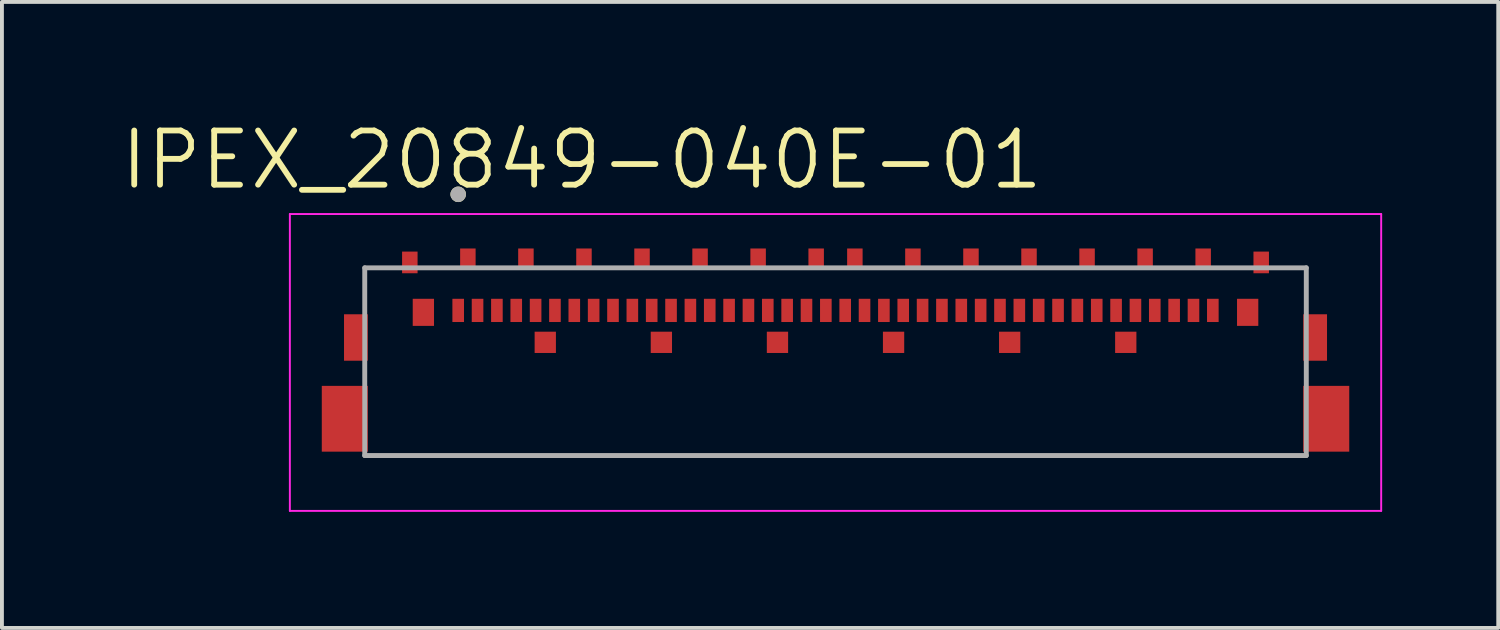
<source format=kicad_pcb>
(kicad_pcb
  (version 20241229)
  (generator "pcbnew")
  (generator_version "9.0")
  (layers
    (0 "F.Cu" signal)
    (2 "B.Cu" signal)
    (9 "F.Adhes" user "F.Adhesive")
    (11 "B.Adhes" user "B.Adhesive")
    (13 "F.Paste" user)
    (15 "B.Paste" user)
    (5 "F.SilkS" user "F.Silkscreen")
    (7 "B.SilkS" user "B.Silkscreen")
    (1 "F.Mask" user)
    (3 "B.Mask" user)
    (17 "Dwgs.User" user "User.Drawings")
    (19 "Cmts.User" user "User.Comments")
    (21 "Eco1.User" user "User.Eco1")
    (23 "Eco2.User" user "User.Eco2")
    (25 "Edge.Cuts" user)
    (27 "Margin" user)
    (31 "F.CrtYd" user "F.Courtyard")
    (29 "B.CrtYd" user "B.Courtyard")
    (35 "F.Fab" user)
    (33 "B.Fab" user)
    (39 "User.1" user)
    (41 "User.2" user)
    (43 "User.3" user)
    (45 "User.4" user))
  (footprint "IPEX_20849-040E-01"
    (layer "F.Cu")
    (at 18.54 4.971)
    (property "Reference" "IPEX_20849-040E-01" (at -6.555 -3.889 0) (layer "F.SilkS") (effects (font (size 1.4 1.4) (thickness 0.15))))
    (attr through_hole)
    (fp_circle (center -9.75 -3) (end -9.65 -3) (stroke (width 0.2) (type solid)) (fill no) (layer "F.SilkS"))
    (fp_poly (pts (xy -12.7 0.18) (xy -12.085 0.18) (xy -12.085 1.23) (xy -12.7 1.23)) (stroke (width 0.01) (type solid)) (fill yes) (layer "F.Paste"))
    (fp_poly (pts (xy -12.7 2.15) (xy -12.085 2.15) (xy -12.085 3.65) (xy -12.7 3.65)) (stroke (width 0.01) (type solid)) (fill yes) (layer "F.Paste"))
    (fp_poly (pts (xy -11.2 -1.49) (xy -10.8 -1.49) (xy -10.8 -0.99) (xy -11.2 -0.99)) (stroke (width 0.01) (type solid)) (fill yes) (layer "F.Paste"))
    (fp_poly (pts (xy -10.925 -0.3) (xy -10.375 -0.3) (xy -10.375 0.3) (xy -10.925 0.3)) (stroke (width 0.01) (type solid)) (fill yes) (layer "F.Paste"))
    (fp_poly (pts (xy -9.7 -1.58) (xy -9.3 -1.58) (xy -9.3 -1.08) (xy -9.7 -1.08)) (stroke (width 0.01) (type solid)) (fill yes) (layer "F.Paste"))
    (fp_poly (pts (xy -8.2 -1.58) (xy -7.8 -1.58) (xy -7.8 -1.08) (xy -8.2 -1.08)) (stroke (width 0.01) (type solid)) (fill yes) (layer "F.Paste"))
    (fp_poly (pts (xy -7.775 0.58) (xy -7.225 0.58) (xy -7.225 1.08) (xy -7.775 1.08)) (stroke (width 0.01) (type solid)) (fill yes) (layer "F.Paste"))
    (fp_poly (pts (xy -6.7 -1.58) (xy -6.3 -1.58) (xy -6.3 -1.08) (xy -6.7 -1.08)) (stroke (width 0.01) (type solid)) (fill yes) (layer "F.Paste"))
    (fp_poly (pts (xy -5.2 -1.58) (xy -4.8 -1.58) (xy -4.8 -1.08) (xy -5.2 -1.08)) (stroke (width 0.01) (type solid)) (fill yes) (layer "F.Paste"))
    (fp_poly (pts (xy -4.775 0.58) (xy -4.225 0.58) (xy -4.225 1.08) (xy -4.775 1.08)) (stroke (width 0.01) (type solid)) (fill yes) (layer "F.Paste"))
    (fp_poly (pts (xy -3.7 -1.58) (xy -3.3 -1.58) (xy -3.3 -1.08) (xy -3.7 -1.08)) (stroke (width 0.01) (type solid)) (fill yes) (layer "F.Paste"))
    (fp_poly (pts (xy -2.2 -1.58) (xy -1.8 -1.58) (xy -1.8 -1.08) (xy -2.2 -1.08)) (stroke (width 0.01) (type solid)) (fill yes) (layer "F.Paste"))
    (fp_poly (pts (xy -1.775 0.58) (xy -1.225 0.58) (xy -1.225 1.08) (xy -1.775 1.08)) (stroke (width 0.01) (type solid)) (fill yes) (layer "F.Paste"))
    (fp_poly (pts (xy -0.7 -1.58) (xy -0.3 -1.58) (xy -0.3 -1.08) (xy -0.7 -1.08)) (stroke (width 0.01) (type solid)) (fill yes) (layer "F.Paste"))
    (fp_poly (pts (xy 0.3 -1.58) (xy 0.7 -1.58) (xy 0.7 -1.08) (xy 0.3 -1.08)) (stroke (width 0.01) (type solid)) (fill yes) (layer "F.Paste"))
    (fp_poly (pts (xy 1.225 0.58) (xy 1.775 0.58) (xy 1.775 1.08) (xy 1.225 1.08)) (stroke (width 0.01) (type solid)) (fill yes) (layer "F.Paste"))
    (fp_poly (pts (xy 1.8 -1.58) (xy 2.2 -1.58) (xy 2.2 -1.08) (xy 1.8 -1.08)) (stroke (width 0.01) (type solid)) (fill yes) (layer "F.Paste"))
    (fp_poly (pts (xy 3.3 -1.58) (xy 3.7 -1.58) (xy 3.7 -1.08) (xy 3.3 -1.08)) (stroke (width 0.01) (type solid)) (fill yes) (layer "F.Paste"))
    (fp_poly (pts (xy 4.225 0.58) (xy 4.775 0.58) (xy 4.775 1.08) (xy 4.225 1.08)) (stroke (width 0.01) (type solid)) (fill yes) (layer "F.Paste"))
    (fp_poly (pts (xy 4.8 -1.58) (xy 5.2 -1.58) (xy 5.2 -1.08) (xy 4.8 -1.08)) (stroke (width 0.01) (type solid)) (fill yes) (layer "F.Paste"))
    (fp_poly (pts (xy 6.3 -1.58) (xy 6.7 -1.58) (xy 6.7 -1.08) (xy 6.3 -1.08)) (stroke (width 0.01) (type solid)) (fill yes) (layer "F.Paste"))
    (fp_poly (pts (xy 7.225 0.58) (xy 7.775 0.58) (xy 7.775 1.08) (xy 7.225 1.08)) (stroke (width 0.01) (type solid)) (fill yes) (layer "F.Paste"))
    (fp_poly (pts (xy 7.8 -1.58) (xy 8.2 -1.58) (xy 8.2 -1.08) (xy 7.8 -1.08)) (stroke (width 0.01) (type solid)) (fill yes) (layer "F.Paste"))
    (fp_poly (pts (xy 9.3 -1.58) (xy 9.7 -1.58) (xy 9.7 -1.08) (xy 9.3 -1.08)) (stroke (width 0.01) (type solid)) (fill yes) (layer "F.Paste"))
    (fp_poly (pts (xy 10.375 -0.3) (xy 10.925 -0.3) (xy 10.925 0.3) (xy 10.375 0.3)) (stroke (width 0.01) (type solid)) (fill yes) (layer "F.Paste"))
    (fp_poly (pts (xy 10.8 -1.49) (xy 11.2 -1.49) (xy 11.2 -0.99) (xy 10.8 -0.99)) (stroke (width 0.01) (type solid)) (fill yes) (layer "F.Paste"))
    (fp_poly (pts (xy 12.085 0.18) (xy 12.7 0.18) (xy 12.7 1.23) (xy 12.085 1.23)) (stroke (width 0.01) (type solid)) (fill yes) (layer "F.Paste"))
    (fp_poly (pts (xy 12.085 2.15) (xy 12.7 2.15) (xy 12.7 3.65) (xy 12.085 3.65)) (stroke (width 0.01) (type solid)) (fill yes) (layer "F.Paste"))
    (fp_line (start -14.1 -2.49) (end 14.1 -2.49) (stroke (width 0.05) (type solid)) (layer "F.CrtYd"))
    (fp_line (start -14.1 5.18) (end -14.1 -2.49) (stroke (width 0.05) (type solid)) (layer "F.CrtYd"))
    (fp_line (start 14.1 -2.49) (end 14.1 5.18) (stroke (width 0.05) (type solid)) (layer "F.CrtYd"))
    (fp_line (start 14.1 5.18) (end -14.1 5.18) (stroke (width 0.05) (type solid)) (layer "F.CrtYd"))
    (fp_line (start -12.165 -1.1) (end 12.165 -1.1) (stroke (width 0.127) (type solid)) (layer "F.Fab"))
    (fp_line (start -12.165 3.75) (end -12.165 -1.1) (stroke (width 0.127) (type solid)) (layer "F.Fab"))
    (fp_line (start 12.165 -1.1) (end 12.165 3.75) (stroke (width 0.127) (type solid)) (layer "F.Fab"))
    (fp_line (start 12.165 3.75) (end -12.165 3.75) (stroke (width 0.127) (type solid)) (layer "F.Fab"))
    (fp_circle (center -9.75 -3) (end -9.65 -3) (stroke (width 0.2) (type solid)) (fill no) (layer "F.Fab"))
    (pad "1" smd rect (at -9.75 0) (size 0.3 0.6) (layers "F.Cu" "F.Mask" "F.Paste"))
    (pad "2" smd rect (at -9.25 0) (size 0.3 0.6) (layers "F.Cu" "F.Mask" "F.Paste"))
    (pad "3" smd rect (at -8.75 0) (size 0.3 0.6) (layers "F.Cu" "F.Mask" "F.Paste"))
    (pad "4" smd rect (at -8.25 0) (size 0.3 0.6) (layers "F.Cu" "F.Mask" "F.Paste"))
    (pad "5" smd rect (at -7.75 0) (size 0.3 0.6) (layers "F.Cu" "F.Mask" "F.Paste"))
    (pad "6" smd rect (at -7.25 0) (size 0.3 0.6) (layers "F.Cu" "F.Mask" "F.Paste"))
    (pad "7" smd rect (at -6.75 0) (size 0.3 0.6) (layers "F.Cu" "F.Mask" "F.Paste"))
    (pad "8" smd rect (at -6.25 0) (size 0.3 0.6) (layers "F.Cu" "F.Mask" "F.Paste"))
    (pad "9" smd rect (at -5.75 0) (size 0.3 0.6) (layers "F.Cu" "F.Mask" "F.Paste"))
    (pad "10" smd rect (at -5.25 0) (size 0.3 0.6) (layers "F.Cu" "F.Mask" "F.Paste"))
    (pad "11" smd rect (at -4.75 0) (size 0.3 0.6) (layers "F.Cu" "F.Mask" "F.Paste"))
    (pad "12" smd rect (at -4.25 0) (size 0.3 0.6) (layers "F.Cu" "F.Mask" "F.Paste"))
    (pad "13" smd rect (at -3.75 0) (size 0.3 0.6) (layers "F.Cu" "F.Mask" "F.Paste"))
    (pad "14" smd rect (at -3.25 0) (size 0.3 0.6) (layers "F.Cu" "F.Mask" "F.Paste"))
    (pad "15" smd rect (at -2.75 0) (size 0.3 0.6) (layers "F.Cu" "F.Mask" "F.Paste"))
    (pad "16" smd rect (at -2.25 0) (size 0.3 0.6) (layers "F.Cu" "F.Mask" "F.Paste"))
    (pad "17" smd rect (at -1.75 0) (size 0.3 0.6) (layers "F.Cu" "F.Mask" "F.Paste"))
    (pad "18" smd rect (at -1.25 0) (size 0.3 0.6) (layers "F.Cu" "F.Mask" "F.Paste"))
    (pad "19" smd rect (at -0.75 0) (size 0.3 0.6) (layers "F.Cu" "F.Mask" "F.Paste"))
    (pad "20" smd rect (at -0.25 0) (size 0.3 0.6) (layers "F.Cu" "F.Mask" "F.Paste"))
    (pad "21" smd rect (at 0.25 0) (size 0.3 0.6) (layers "F.Cu" "F.Mask" "F.Paste"))
    (pad "22" smd rect (at 0.75 0) (size 0.3 0.6) (layers "F.Cu" "F.Mask" "F.Paste"))
    (pad "23" smd rect (at 1.25 0) (size 0.3 0.6) (layers "F.Cu" "F.Mask" "F.Paste"))
    (pad "24" smd rect (at 1.75 0) (size 0.3 0.6) (layers "F.Cu" "F.Mask" "F.Paste"))
    (pad "25" smd rect (at 2.25 0) (size 0.3 0.6) (layers "F.Cu" "F.Mask" "F.Paste"))
    (pad "26" smd rect (at 2.75 0) (size 0.3 0.6) (layers "F.Cu" "F.Mask" "F.Paste"))
    (pad "27" smd rect (at 3.25 0) (size 0.3 0.6) (layers "F.Cu" "F.Mask" "F.Paste"))
    (pad "28" smd rect (at 3.75 0) (size 0.3 0.6) (layers "F.Cu" "F.Mask" "F.Paste"))
    (pad "29" smd rect (at 4.25 0) (size 0.3 0.6) (layers "F.Cu" "F.Mask" "F.Paste"))
    (pad "30" smd rect (at 4.75 0) (size 0.3 0.6) (layers "F.Cu" "F.Mask" "F.Paste"))
    (pad "31" smd rect (at 5.25 0) (size 0.3 0.6) (layers "F.Cu" "F.Mask" "F.Paste"))
    (pad "32" smd rect (at 5.75 0) (size 0.3 0.6) (layers "F.Cu" "F.Mask" "F.Paste"))
    (pad "33" smd rect (at 6.25 0) (size 0.3 0.6) (layers "F.Cu" "F.Mask" "F.Paste"))
    (pad "34" smd rect (at 6.75 0) (size 0.3 0.6) (layers "F.Cu" "F.Mask" "F.Paste"))
    (pad "35" smd rect (at 7.25 0) (size 0.3 0.6) (layers "F.Cu" "F.Mask" "F.Paste"))
    (pad "36" smd rect (at 7.75 0) (size 0.3 0.6) (layers "F.Cu" "F.Mask" "F.Paste"))
    (pad "37" smd rect (at 8.25 0) (size 0.3 0.6) (layers "F.Cu" "F.Mask" "F.Paste"))
    (pad "38" smd rect (at 8.75 0) (size 0.3 0.6) (layers "F.Cu" "F.Mask" "F.Paste"))
    (pad "39" smd rect (at 9.25 0) (size 0.3 0.6) (layers "F.Cu" "F.Mask" "F.Paste"))
    (pad "40" smd rect (at 9.75 0) (size 0.3 0.6) (layers "F.Cu" "F.Mask" "F.Paste"))
    (pad "S1" smd rect (at -11 -1.24) (size 0.4 0.56) (layers "F.Cu" "F.Mask"))
    (pad "S2" smd rect (at -9.5 -1.325) (size 0.4 0.55) (layers "F.Cu" "F.Mask"))
    (pad "S3" smd rect (at -8 -1.325) (size 0.4 0.55) (layers "F.Cu" "F.Mask"))
    (pad "S4" smd rect (at -6.5 -1.325) (size 0.4 0.55) (layers "F.Cu" "F.Mask"))
    (pad "S5" smd rect (at -5 -1.325) (size 0.4 0.55) (layers "F.Cu" "F.Mask"))
    (pad "S6" smd rect (at -3.5 -1.325) (size 0.4 0.55) (layers "F.Cu" "F.Mask"))
    (pad "S7" smd rect (at -2 -1.325) (size 0.4 0.55) (layers "F.Cu" "F.Mask"))
    (pad "S8" smd rect (at -0.5 -1.325) (size 0.4 0.55) (layers "F.Cu" "F.Mask"))
    (pad "S9" smd rect (at 0.5 -1.325) (size 0.4 0.55) (layers "F.Cu" "F.Mask"))
    (pad "S10" smd rect (at 2 -1.325) (size 0.4 0.55) (layers "F.Cu" "F.Mask"))
    (pad "S11" smd rect (at 3.5 -1.325) (size 0.4 0.55) (layers "F.Cu" "F.Mask"))
    (pad "S12" smd rect (at 5 -1.325) (size 0.4 0.55) (layers "F.Cu" "F.Mask"))
    (pad "S13" smd rect (at 6.5 -1.325) (size 0.4 0.55) (layers "F.Cu" "F.Mask"))
    (pad "S14" smd rect (at 8 -1.325) (size 0.4 0.55) (layers "F.Cu" "F.Mask"))
    (pad "S15" smd rect (at 9.5 -1.325) (size 0.4 0.55) (layers "F.Cu" "F.Mask"))
    (pad "S16" smd rect (at 11 -1.24) (size 0.4 0.56) (layers "F.Cu" "F.Mask"))
    (pad "S17" smd rect (at -10.65 0.05) (size 0.55 0.7) (layers "F.Cu" "F.Mask"))
    (pad "S18" smd rect (at 10.65 0.05) (size 0.55 0.7) (layers "F.Cu" "F.Mask"))
    (pad "S19" smd rect (at -12.393 0.7) (size 0.615 1.2) (layers "F.Cu" "F.Mask"))
    (pad "S20" smd rect (at -7.5 0.825) (size 0.55 0.55) (layers "F.Cu" "F.Mask"))
    (pad "S21" smd rect (at -4.5 0.825) (size 0.55 0.55) (layers "F.Cu" "F.Mask"))
    (pad "S22" smd rect (at -1.5 0.825) (size 0.55 0.55) (layers "F.Cu" "F.Mask"))
    (pad "S23" smd rect (at 1.5 0.825) (size 0.55 0.55) (layers "F.Cu" "F.Mask"))
    (pad "S24" smd rect (at 4.5 0.825) (size 0.55 0.55) (layers "F.Cu" "F.Mask"))
    (pad "S25" smd rect (at 7.5 0.825) (size 0.55 0.55) (layers "F.Cu" "F.Mask"))
    (pad "S26" smd rect (at 12.393 0.7) (size 0.615 1.2) (layers "F.Cu" "F.Mask"))
    (pad "S27" smd rect (at -12.68 2.8 180) (size 1.19 1.7) (layers "F.Cu" "F.Mask"))
    (pad "S28" smd rect (at 12.68 2.8) (size 1.19 1.7) (layers "F.Cu" "F.Mask"))
    (zone (net_name "") (layer "F.Cu") (hatch full 0.508) (connect_pads) (min_thickness 0.01) (filled_areas_thickness no) (keepout (tracks not_allowed) (vias not_allowed) (pads not_allowed) (copperpour not_allowed) (footprints allowed)) (placement (enabled no)) (fill) (polygon (pts (xy 8.165 3.921) (xy 28.915 3.921) (xy 28.915 5.521) (xy 8.165 5.521))))
    (zone (net_name "") (layers "F.Cu" "B.Cu") (hatch full 0.508) (connect_pads) (min_thickness 0.01) (filled_areas_thickness no) (keepout (tracks allowed) (vias not_allowed) (pads allowed) (copperpour allowed) (footprints allowed)) (placement (enabled no)) (fill) (polygon (pts (xy 8.165 3.921) (xy 28.915 3.921) (xy 28.915 5.521) (xy 8.165 5.521)))))
  (gr_rect
    (start -3 -3)
    (end 35.665 13.176)
    (stroke (width 0.1) (type default))
    (fill no)
    (layer "Edge.Cuts")))
</source>
